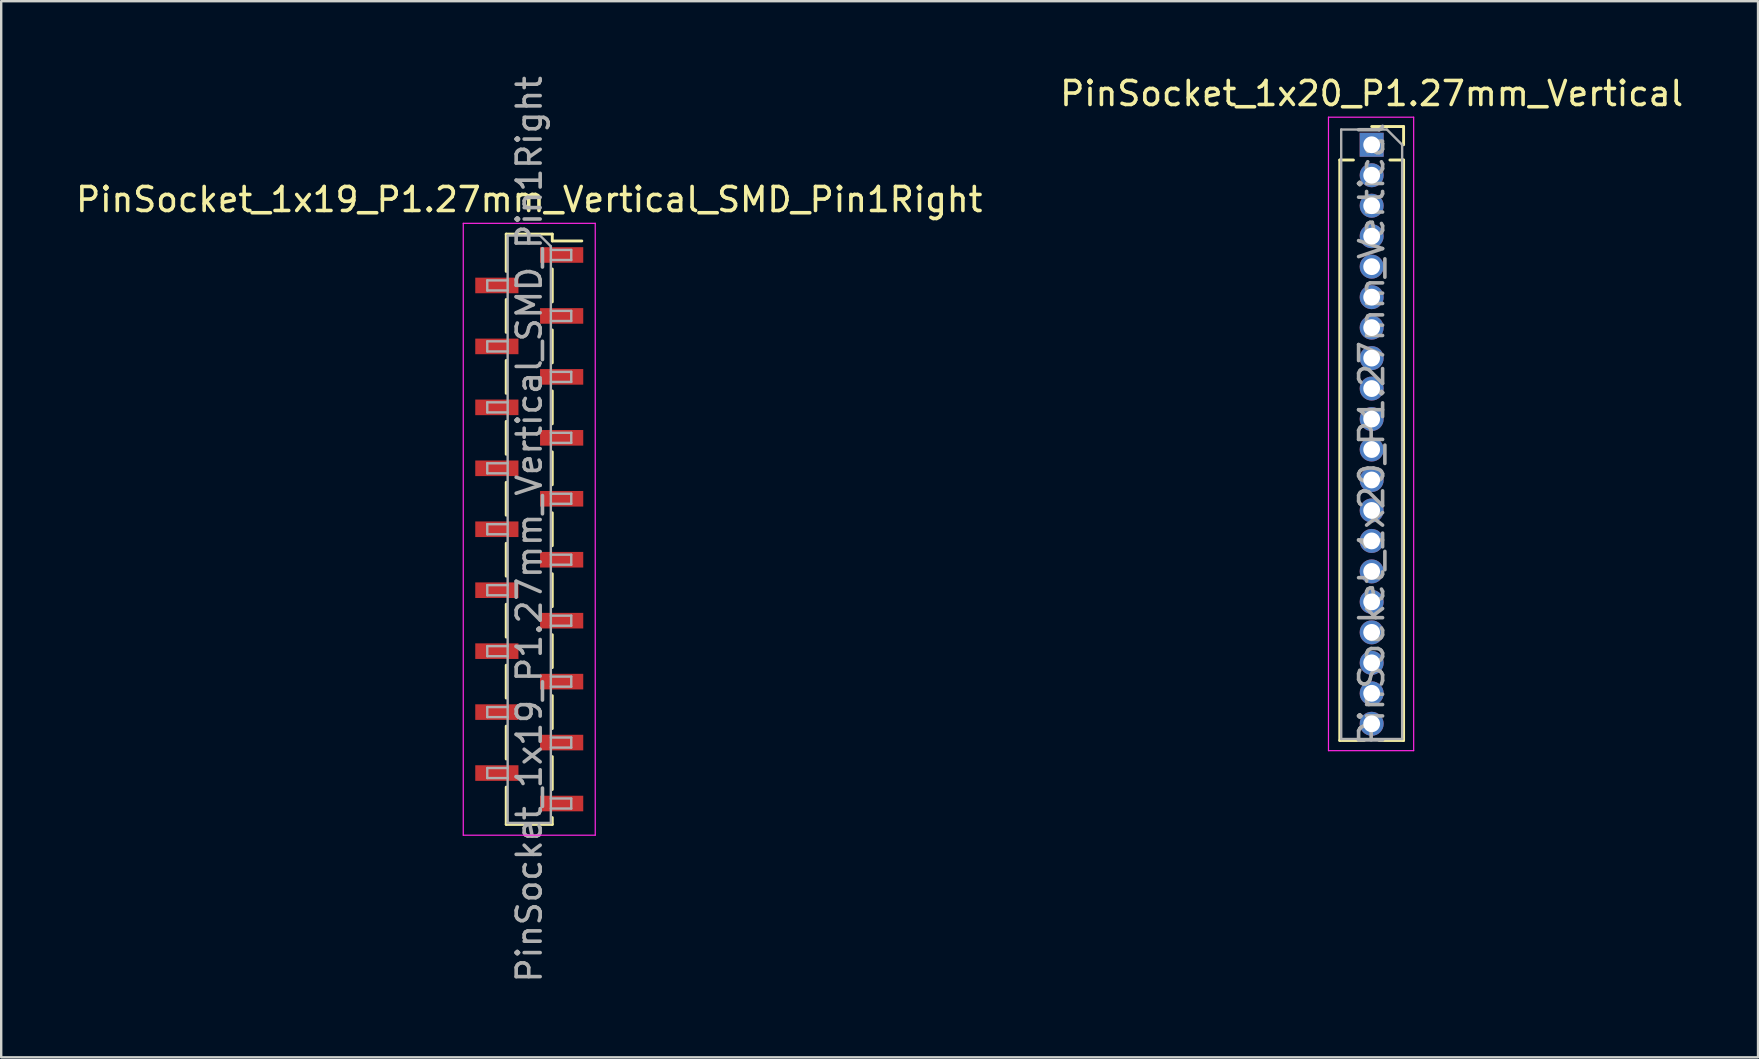
<source format=kicad_pcb>
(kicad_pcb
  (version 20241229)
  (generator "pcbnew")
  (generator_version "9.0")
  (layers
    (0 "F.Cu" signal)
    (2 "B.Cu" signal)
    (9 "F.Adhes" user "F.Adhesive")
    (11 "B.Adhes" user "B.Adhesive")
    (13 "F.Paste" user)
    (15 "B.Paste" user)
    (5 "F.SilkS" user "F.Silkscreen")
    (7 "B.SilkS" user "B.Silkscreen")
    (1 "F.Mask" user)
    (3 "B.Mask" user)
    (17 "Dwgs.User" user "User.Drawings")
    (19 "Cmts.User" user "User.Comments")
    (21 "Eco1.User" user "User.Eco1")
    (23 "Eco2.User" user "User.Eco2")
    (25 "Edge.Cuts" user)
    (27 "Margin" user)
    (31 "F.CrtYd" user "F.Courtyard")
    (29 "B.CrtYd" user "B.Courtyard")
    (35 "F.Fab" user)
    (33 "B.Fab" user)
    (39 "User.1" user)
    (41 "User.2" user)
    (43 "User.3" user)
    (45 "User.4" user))
  (footprint "PinSocket_1x20_P1.27mm_Vertical"
    (layer "F.Cu")
    (at 54.113 2.983)
    (property "Reference" "PinSocket_1x20_P1.27mm_Vertical" (at 0 -2.135 0) (layer "F.SilkS") (effects (font (size 1 1) (thickness 0.15))))
    (attr through_hole)
    (fp_line (start -1.33 0.635) (end -1.33 24.825) (stroke (width 0.12) (type solid)) (layer "F.SilkS"))
    (fp_line (start -1.33 0.635) (end -0.76 0.635) (stroke (width 0.12) (type solid)) (layer "F.SilkS"))
    (fp_line (start -1.33 24.825) (end -0.308 24.825) (stroke (width 0.12) (type solid)) (layer "F.SilkS"))
    (fp_line (start 0 -0.76) (end 1.33 -0.76) (stroke (width 0.12) (type solid)) (layer "F.SilkS"))
    (fp_line (start 0.308 24.825) (end 1.33 24.825) (stroke (width 0.12) (type solid)) (layer "F.SilkS"))
    (fp_line (start 0.76 0.635) (end 1.33 0.635) (stroke (width 0.12) (type solid)) (layer "F.SilkS"))
    (fp_line (start 1.33 -0.76) (end 1.33 0) (stroke (width 0.12) (type solid)) (layer "F.SilkS"))
    (fp_line (start 1.33 0.635) (end 1.33 24.825) (stroke (width 0.12) (type solid)) (layer "F.SilkS"))
    (fp_line (start -1.8 -1.15) (end 1.75 -1.15) (stroke (width 0.05) (type solid)) (layer "F.CrtYd"))
    (fp_line (start -1.8 25.25) (end -1.8 -1.15) (stroke (width 0.05) (type solid)) (layer "F.CrtYd"))
    (fp_line (start 1.75 -1.15) (end 1.75 25.25) (stroke (width 0.05) (type solid)) (layer "F.CrtYd"))
    (fp_line (start 1.75 25.25) (end -1.8 25.25) (stroke (width 0.05) (type solid)) (layer "F.CrtYd"))
    (fp_line (start -1.27 -0.635) (end 0.635 -0.635) (stroke (width 0.1) (type solid)) (layer "F.Fab"))
    (fp_line (start -1.27 24.765) (end -1.27 -0.635) (stroke (width 0.1) (type solid)) (layer "F.Fab"))
    (fp_line (start 0.635 -0.635) (end 1.27 0) (stroke (width 0.1) (type solid)) (layer "F.Fab"))
    (fp_line (start 1.27 0) (end 1.27 24.765) (stroke (width 0.1) (type solid)) (layer "F.Fab"))
    (fp_line (start 1.27 24.765) (end -1.27 24.765) (stroke (width 0.1) (type solid)) (layer "F.Fab"))
    (fp_text user "${REFERENCE}" (at 0 12.065 90) (layer "F.Fab") (effects (font (size 1 1) (thickness 0.15))))
    (pad "1" thru_hole rect (at 0 0) (size 1 1) (drill 0.7) (layers "*.Cu" "*.Mask"))
    (pad "2" thru_hole oval (at 0 1.27) (size 1 1) (drill 0.7) (layers "*.Cu" "*.Mask"))
    (pad "3" thru_hole oval (at 0 2.54) (size 1 1) (drill 0.7) (layers "*.Cu" "*.Mask"))
    (pad "4" thru_hole oval (at 0 3.81) (size 1 1) (drill 0.7) (layers "*.Cu" "*.Mask"))
    (pad "5" thru_hole oval (at 0 5.08) (size 1 1) (drill 0.7) (layers "*.Cu" "*.Mask"))
    (pad "6" thru_hole oval (at 0 6.35) (size 1 1) (drill 0.7) (layers "*.Cu" "*.Mask"))
    (pad "7" thru_hole oval (at 0 7.62) (size 1 1) (drill 0.7) (layers "*.Cu" "*.Mask"))
    (pad "8" thru_hole oval (at 0 8.89) (size 1 1) (drill 0.7) (layers "*.Cu" "*.Mask"))
    (pad "9" thru_hole oval (at 0 10.16) (size 1 1) (drill 0.7) (layers "*.Cu" "*.Mask"))
    (pad "10" thru_hole oval (at 0 11.43) (size 1 1) (drill 0.7) (layers "*.Cu" "*.Mask"))
    (pad "11" thru_hole oval (at 0 12.7) (size 1 1) (drill 0.7) (layers "*.Cu" "*.Mask"))
    (pad "12" thru_hole oval (at 0 13.97) (size 1 1) (drill 0.7) (layers "*.Cu" "*.Mask"))
    (pad "13" thru_hole oval (at 0 15.24) (size 1 1) (drill 0.7) (layers "*.Cu" "*.Mask"))
    (pad "14" thru_hole oval (at 0 16.51) (size 1 1) (drill 0.7) (layers "*.Cu" "*.Mask"))
    (pad "15" thru_hole oval (at 0 17.78) (size 1 1) (drill 0.7) (layers "*.Cu" "*.Mask"))
    (pad "16" thru_hole oval (at 0 19.05) (size 1 1) (drill 0.7) (layers "*.Cu" "*.Mask"))
    (pad "17" thru_hole oval (at 0 20.32) (size 1 1) (drill 0.7) (layers "*.Cu" "*.Mask"))
    (pad "18" thru_hole oval (at 0 21.59) (size 1 1) (drill 0.7) (layers "*.Cu" "*.Mask"))
    (pad "19" thru_hole oval (at 0 22.86) (size 1 1) (drill 0.7) (layers "*.Cu" "*.Mask"))
    (pad "20" thru_hole oval (at 0 24.13) (size 1 1) (drill 0.7) (layers "*.Cu" "*.Mask")))
  (footprint "PinSocket_1x19_P1.27mm_Vertical_SMD_Pin1Right"
    (layer "F.Cu")
    (at 19.006 19.006)
    (property "Reference" "PinSocket_1x19_P1.27mm_Vertical_SMD_Pin1Right" (at 0 -13.74 0) (layer "F.SilkS") (effects (font (size 1 1) (thickness 0.15))))
    (attr smd)
    (fp_line (start -0.96 -12.3) (end -0.96 -10.745) (stroke (width 0.12) (type solid)) (layer "F.SilkS"))
    (fp_line (start -0.96 -12.3) (end 0.96 -12.3) (stroke (width 0.12) (type solid)) (layer "F.SilkS"))
    (fp_line (start -0.96 -9.575) (end -0.96 -8.205) (stroke (width 0.12) (type solid)) (layer "F.SilkS"))
    (fp_line (start -0.96 -7.035) (end -0.96 -5.665) (stroke (width 0.12) (type solid)) (layer "F.SilkS"))
    (fp_line (start -0.96 -4.495) (end -0.96 -3.125) (stroke (width 0.12) (type solid)) (layer "F.SilkS"))
    (fp_line (start -0.96 -1.955) (end -0.96 -0.585) (stroke (width 0.12) (type solid)) (layer "F.SilkS"))
    (fp_line (start -0.96 0.585) (end -0.96 1.955) (stroke (width 0.12) (type solid)) (layer "F.SilkS"))
    (fp_line (start -0.96 3.125) (end -0.96 4.495) (stroke (width 0.12) (type solid)) (layer "F.SilkS"))
    (fp_line (start -0.96 5.665) (end -0.96 7.035) (stroke (width 0.12) (type solid)) (layer "F.SilkS"))
    (fp_line (start -0.96 8.205) (end -0.96 9.575) (stroke (width 0.12) (type solid)) (layer "F.SilkS"))
    (fp_line (start -0.96 10.745) (end -0.96 12.3) (stroke (width 0.12) (type solid)) (layer "F.SilkS"))
    (fp_line (start -0.96 12.3) (end 0.96 12.3) (stroke (width 0.12) (type solid)) (layer "F.SilkS"))
    (fp_line (start 0.96 -12.3) (end 0.96 -12.015) (stroke (width 0.12) (type solid)) (layer "F.SilkS"))
    (fp_line (start 0.96 -12.015) (end 2.19 -12.015) (stroke (width 0.12) (type solid)) (layer "F.SilkS"))
    (fp_line (start 0.96 -10.845) (end 0.96 -9.475) (stroke (width 0.12) (type solid)) (layer "F.SilkS"))
    (fp_line (start 0.96 -8.305) (end 0.96 -6.935) (stroke (width 0.12) (type solid)) (layer "F.SilkS"))
    (fp_line (start 0.96 -5.765) (end 0.96 -4.395) (stroke (width 0.12) (type solid)) (layer "F.SilkS"))
    (fp_line (start 0.96 -3.225) (end 0.96 -1.855) (stroke (width 0.12) (type solid)) (layer "F.SilkS"))
    (fp_line (start 0.96 -0.685) (end 0.96 0.685) (stroke (width 0.12) (type solid)) (layer "F.SilkS"))
    (fp_line (start 0.96 1.855) (end 0.96 3.225) (stroke (width 0.12) (type solid)) (layer "F.SilkS"))
    (fp_line (start 0.96 4.395) (end 0.96 5.765) (stroke (width 0.12) (type solid)) (layer "F.SilkS"))
    (fp_line (start 0.96 6.935) (end 0.96 8.305) (stroke (width 0.12) (type solid)) (layer "F.SilkS"))
    (fp_line (start 0.96 9.475) (end 0.96 10.845) (stroke (width 0.12) (type solid)) (layer "F.SilkS"))
    (fp_line (start 0.96 12.015) (end 0.96 12.3) (stroke (width 0.12) (type solid)) (layer "F.SilkS"))
    (fp_line (start -2.75 -12.75) (end 2.75 -12.75) (stroke (width 0.05) (type solid)) (layer "F.CrtYd"))
    (fp_line (start -2.75 12.75) (end -2.75 -12.75) (stroke (width 0.05) (type solid)) (layer "F.CrtYd"))
    (fp_line (start 2.75 -12.75) (end 2.75 12.75) (stroke (width 0.05) (type solid)) (layer "F.CrtYd"))
    (fp_line (start 2.75 12.75) (end -2.75 12.75) (stroke (width 0.05) (type solid)) (layer "F.CrtYd"))
    (fp_line (start -1.75 -10.37) (end -0.9 -10.37) (stroke (width 0.1) (type solid)) (layer "F.Fab"))
    (fp_line (start -1.75 -9.95) (end -1.75 -10.37) (stroke (width 0.1) (type solid)) (layer "F.Fab"))
    (fp_line (start -1.75 -7.83) (end -0.9 -7.83) (stroke (width 0.1) (type solid)) (layer "F.Fab"))
    (fp_line (start -1.75 -7.41) (end -1.75 -7.83) (stroke (width 0.1) (type solid)) (layer "F.Fab"))
    (fp_line (start -1.75 -5.29) (end -0.9 -5.29) (stroke (width 0.1) (type solid)) (layer "F.Fab"))
    (fp_line (start -1.75 -4.87) (end -1.75 -5.29) (stroke (width 0.1) (type solid)) (layer "F.Fab"))
    (fp_line (start -1.75 -2.75) (end -0.9 -2.75) (stroke (width 0.1) (type solid)) (layer "F.Fab"))
    (fp_line (start -1.75 -2.33) (end -1.75 -2.75) (stroke (width 0.1) (type solid)) (layer "F.Fab"))
    (fp_line (start -1.75 -0.21) (end -0.9 -0.21) (stroke (width 0.1) (type solid)) (layer "F.Fab"))
    (fp_line (start -1.75 0.21) (end -1.75 -0.21) (stroke (width 0.1) (type solid)) (layer "F.Fab"))
    (fp_line (start -1.75 2.33) (end -0.9 2.33) (stroke (width 0.1) (type solid)) (layer "F.Fab"))
    (fp_line (start -1.75 2.75) (end -1.75 2.33) (stroke (width 0.1) (type solid)) (layer "F.Fab"))
    (fp_line (start -1.75 4.87) (end -0.9 4.87) (stroke (width 0.1) (type solid)) (layer "F.Fab"))
    (fp_line (start -1.75 5.29) (end -1.75 4.87) (stroke (width 0.1) (type solid)) (layer "F.Fab"))
    (fp_line (start -1.75 7.41) (end -0.9 7.41) (stroke (width 0.1) (type solid)) (layer "F.Fab"))
    (fp_line (start -1.75 7.83) (end -1.75 7.41) (stroke (width 0.1) (type solid)) (layer "F.Fab"))
    (fp_line (start -1.75 9.95) (end -0.9 9.95) (stroke (width 0.1) (type solid)) (layer "F.Fab"))
    (fp_line (start -1.75 10.37) (end -1.75 9.95) (stroke (width 0.1) (type solid)) (layer "F.Fab"))
    (fp_line (start -0.9 -12.24) (end 0.45 -12.24) (stroke (width 0.1) (type solid)) (layer "F.Fab"))
    (fp_line (start -0.9 -9.95) (end -1.75 -9.95) (stroke (width 0.1) (type solid)) (layer "F.Fab"))
    (fp_line (start -0.9 -7.41) (end -1.75 -7.41) (stroke (width 0.1) (type solid)) (layer "F.Fab"))
    (fp_line (start -0.9 -4.87) (end -1.75 -4.87) (stroke (width 0.1) (type solid)) (layer "F.Fab"))
    (fp_line (start -0.9 -2.33) (end -1.75 -2.33) (stroke (width 0.1) (type solid)) (layer "F.Fab"))
    (fp_line (start -0.9 0.21) (end -1.75 0.21) (stroke (width 0.1) (type solid)) (layer "F.Fab"))
    (fp_line (start -0.9 2.75) (end -1.75 2.75) (stroke (width 0.1) (type solid)) (layer "F.Fab"))
    (fp_line (start -0.9 5.29) (end -1.75 5.29) (stroke (width 0.1) (type solid)) (layer "F.Fab"))
    (fp_line (start -0.9 7.83) (end -1.75 7.83) (stroke (width 0.1) (type solid)) (layer "F.Fab"))
    (fp_line (start -0.9 10.37) (end -1.75 10.37) (stroke (width 0.1) (type solid)) (layer "F.Fab"))
    (fp_line (start -0.9 12.24) (end -0.9 -12.24) (stroke (width 0.1) (type solid)) (layer "F.Fab"))
    (fp_line (start 0.45 -12.24) (end 0.9 -11.79) (stroke (width 0.1) (type solid)) (layer "F.Fab"))
    (fp_line (start 0.9 -11.79) (end 0.9 12.24) (stroke (width 0.1) (type solid)) (layer "F.Fab"))
    (fp_line (start 0.9 -11.64) (end 1.75 -11.64) (stroke (width 0.1) (type solid)) (layer "F.Fab"))
    (fp_line (start 0.9 -9.1) (end 1.75 -9.1) (stroke (width 0.1) (type solid)) (layer "F.Fab"))
    (fp_line (start 0.9 -6.56) (end 1.75 -6.56) (stroke (width 0.1) (type solid)) (layer "F.Fab"))
    (fp_line (start 0.9 -4.02) (end 1.75 -4.02) (stroke (width 0.1) (type solid)) (layer "F.Fab"))
    (fp_line (start 0.9 -1.48) (end 1.75 -1.48) (stroke (width 0.1) (type solid)) (layer "F.Fab"))
    (fp_line (start 0.9 1.06) (end 1.75 1.06) (stroke (width 0.1) (type solid)) (layer "F.Fab"))
    (fp_line (start 0.9 3.6) (end 1.75 3.6) (stroke (width 0.1) (type solid)) (layer "F.Fab"))
    (fp_line (start 0.9 6.14) (end 1.75 6.14) (stroke (width 0.1) (type solid)) (layer "F.Fab"))
    (fp_line (start 0.9 8.68) (end 1.75 8.68) (stroke (width 0.1) (type solid)) (layer "F.Fab"))
    (fp_line (start 0.9 11.22) (end 1.75 11.22) (stroke (width 0.1) (type solid)) (layer "F.Fab"))
    (fp_line (start 0.9 12.24) (end -0.9 12.24) (stroke (width 0.1) (type solid)) (layer "F.Fab"))
    (fp_line (start 1.75 -11.64) (end 1.75 -11.22) (stroke (width 0.1) (type solid)) (layer "F.Fab"))
    (fp_line (start 1.75 -11.22) (end 0.9 -11.22) (stroke (width 0.1) (type solid)) (layer "F.Fab"))
    (fp_line (start 1.75 -9.1) (end 1.75 -8.68) (stroke (width 0.1) (type solid)) (layer "F.Fab"))
    (fp_line (start 1.75 -8.68) (end 0.9 -8.68) (stroke (width 0.1) (type solid)) (layer "F.Fab"))
    (fp_line (start 1.75 -6.56) (end 1.75 -6.14) (stroke (width 0.1) (type solid)) (layer "F.Fab"))
    (fp_line (start 1.75 -6.14) (end 0.9 -6.14) (stroke (width 0.1) (type solid)) (layer "F.Fab"))
    (fp_line (start 1.75 -4.02) (end 1.75 -3.6) (stroke (width 0.1) (type solid)) (layer "F.Fab"))
    (fp_line (start 1.75 -3.6) (end 0.9 -3.6) (stroke (width 0.1) (type solid)) (layer "F.Fab"))
    (fp_line (start 1.75 -1.48) (end 1.75 -1.06) (stroke (width 0.1) (type solid)) (layer "F.Fab"))
    (fp_line (start 1.75 -1.06) (end 0.9 -1.06) (stroke (width 0.1) (type solid)) (layer "F.Fab"))
    (fp_line (start 1.75 1.06) (end 1.75 1.48) (stroke (width 0.1) (type solid)) (layer "F.Fab"))
    (fp_line (start 1.75 1.48) (end 0.9 1.48) (stroke (width 0.1) (type solid)) (layer "F.Fab"))
    (fp_line (start 1.75 3.6) (end 1.75 4.02) (stroke (width 0.1) (type solid)) (layer "F.Fab"))
    (fp_line (start 1.75 4.02) (end 0.9 4.02) (stroke (width 0.1) (type solid)) (layer "F.Fab"))
    (fp_line (start 1.75 6.14) (end 1.75 6.56) (stroke (width 0.1) (type solid)) (layer "F.Fab"))
    (fp_line (start 1.75 6.56) (end 0.9 6.56) (stroke (width 0.1) (type solid)) (layer "F.Fab"))
    (fp_line (start 1.75 8.68) (end 1.75 9.1) (stroke (width 0.1) (type solid)) (layer "F.Fab"))
    (fp_line (start 1.75 9.1) (end 0.9 9.1) (stroke (width 0.1) (type solid)) (layer "F.Fab"))
    (fp_line (start 1.75 11.22) (end 1.75 11.64) (stroke (width 0.1) (type solid)) (layer "F.Fab"))
    (fp_line (start 1.75 11.64) (end 0.9 11.64) (stroke (width 0.1) (type solid)) (layer "F.Fab"))
    (fp_text user "${REFERENCE}" (at 0 0 90) (layer "F.Fab") (effects (font (size 1 1) (thickness 0.15))))
    (pad "1" smd rect (at 1.35 -11.43) (size 1.8 0.65) (layers "F.Cu" "F.Mask" "F.Paste"))
    (pad "2" smd rect (at -1.35 -10.16) (size 1.8 0.65) (layers "F.Cu" "F.Mask" "F.Paste"))
    (pad "3" smd rect (at 1.35 -8.89) (size 1.8 0.65) (layers "F.Cu" "F.Mask" "F.Paste"))
    (pad "4" smd rect (at -1.35 -7.62) (size 1.8 0.65) (layers "F.Cu" "F.Mask" "F.Paste"))
    (pad "5" smd rect (at 1.35 -6.35) (size 1.8 0.65) (layers "F.Cu" "F.Mask" "F.Paste"))
    (pad "6" smd rect (at -1.35 -5.08) (size 1.8 0.65) (layers "F.Cu" "F.Mask" "F.Paste"))
    (pad "7" smd rect (at 1.35 -3.81) (size 1.8 0.65) (layers "F.Cu" "F.Mask" "F.Paste"))
    (pad "8" smd rect (at -1.35 -2.54) (size 1.8 0.65) (layers "F.Cu" "F.Mask" "F.Paste"))
    (pad "9" smd rect (at 1.35 -1.27) (size 1.8 0.65) (layers "F.Cu" "F.Mask" "F.Paste"))
    (pad "10" smd rect (at -1.35 0) (size 1.8 0.65) (layers "F.Cu" "F.Mask" "F.Paste"))
    (pad "11" smd rect (at 1.35 1.27) (size 1.8 0.65) (layers "F.Cu" "F.Mask" "F.Paste"))
    (pad "12" smd rect (at -1.35 2.54) (size 1.8 0.65) (layers "F.Cu" "F.Mask" "F.Paste"))
    (pad "13" smd rect (at 1.35 3.81) (size 1.8 0.65) (layers "F.Cu" "F.Mask" "F.Paste"))
    (pad "14" smd rect (at -1.35 5.08) (size 1.8 0.65) (layers "F.Cu" "F.Mask" "F.Paste"))
    (pad "15" smd rect (at 1.35 6.35) (size 1.8 0.65) (layers "F.Cu" "F.Mask" "F.Paste"))
    (pad "16" smd rect (at -1.35 7.62) (size 1.8 0.65) (layers "F.Cu" "F.Mask" "F.Paste"))
    (pad "17" smd rect (at 1.35 8.89) (size 1.8 0.65) (layers "F.Cu" "F.Mask" "F.Paste"))
    (pad "18" smd rect (at -1.35 10.16) (size 1.8 0.65) (layers "F.Cu" "F.Mask" "F.Paste"))
    (pad "19" smd rect (at 1.35 11.43) (size 1.8 0.65) (layers "F.Cu" "F.Mask" "F.Paste")))
  (gr_rect
    (start -3 -3)
    (end 70.214 41.012)
    (stroke (width 0.1) (type default))
    (fill no)
    (layer "Edge.Cuts")))
</source>
